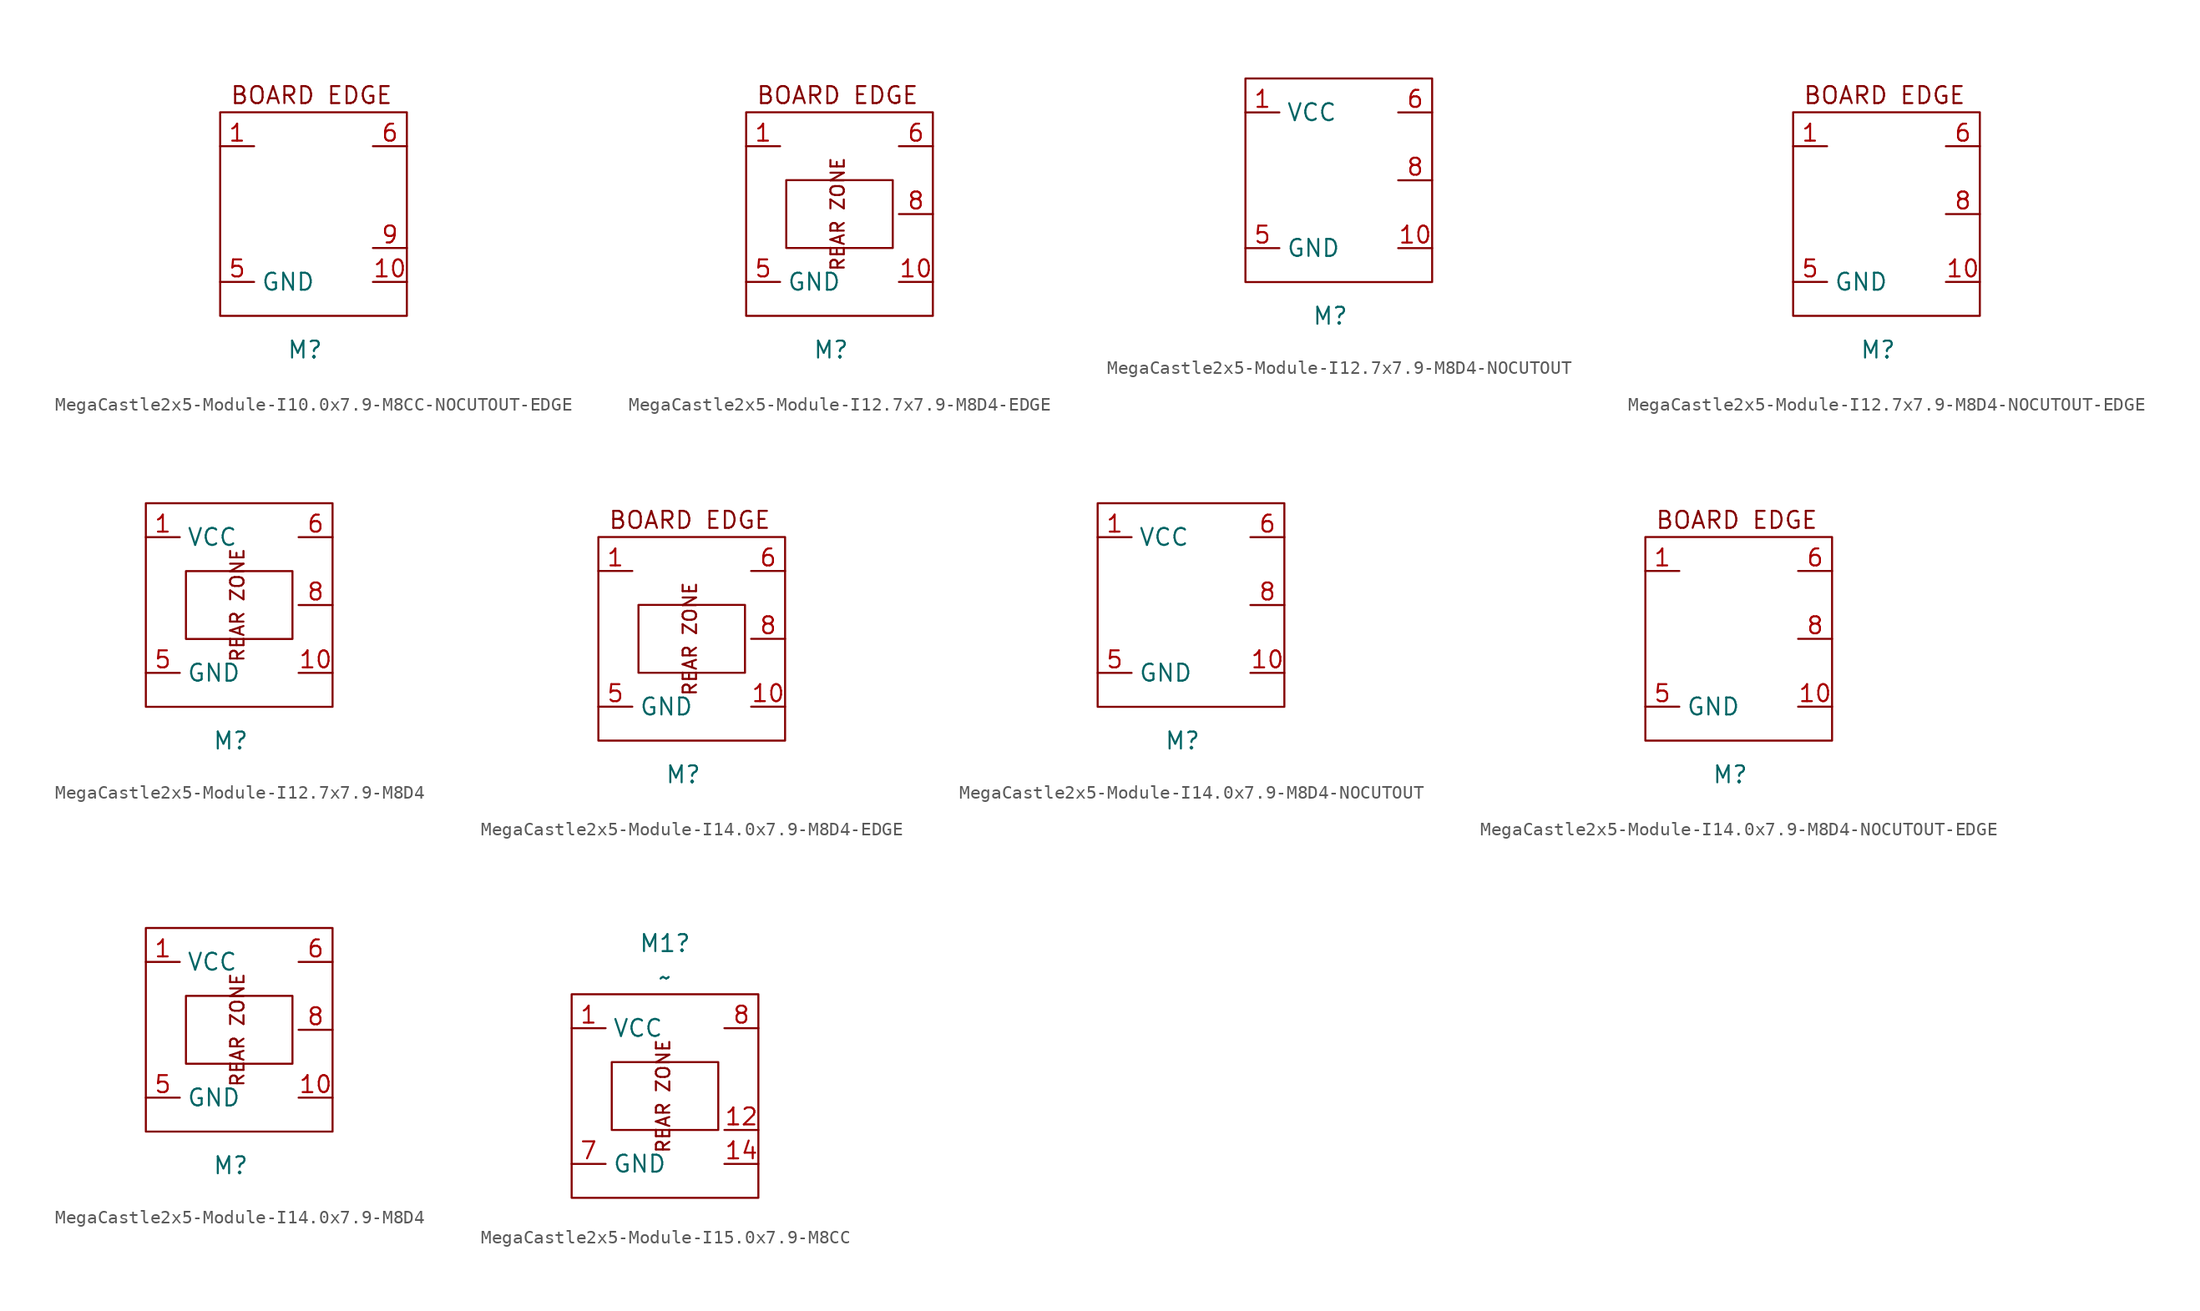
<source format=kicad_sym>
(kicad_symbol_lib
  (version 20241209)
  (generator "kicad_symbol_editor")
  (generator_version "9.0")
  (symbol "MegaCastle2x5-Module-I10.0x7.9-M8CC-NOCUTOUT-EDGE"
    (property "Reference" "M"
      (at 0 -10.16 0)
      (effects (font (size 1.27 1.27))))
    (property "Value" ""
      (at 0 5.08 0)
      (effects (font (size 1.27 1.27))))
    (symbol "MegaCastle2x5-Module-I10.0x7.9-M8CC-NOCUTOUT-EDGE_0_1"
      (rectangle (start -6.35 7.62) (end 7.62 -7.62) (stroke (width 0) (type default)) (fill (type none))))
    (symbol "MegaCastle2x5-Module-I10.0x7.9-M8CC-NOCUTOUT-EDGE_1_1"
      (text " BOARD EDGE" (at 0 8.89 0) (effects (font (size 1.27 1.27))))
      (pin bidirectional line (at -6.35 5.08 0) (length 2.54) (name "" (effects (font (size 1.27 1.27)))) (number "1" (effects (font (size 1.27 1.27)))))
      (pin bidirectional line (at -6.35 -5.08 0) (length 2.54) (name "GND" (effects (font (size 1.27 1.27)))) (number "5" (effects (font (size 1.27 1.27)))))
      (pin bidirectional line (at 7.62 5.08 180) (length 2.54) (name "" (effects (font (size 1.27 1.27)))) (number "6" (effects (font (size 1.27 1.27)))))
      (pin bidirectional line (at 7.62 -2.54 180) (length 2.54) (name "" (effects (font (size 1.27 1.27)))) (number "9" (effects (font (size 1.27 1.27)))))
      (pin bidirectional line (at 7.62 -5.08 180) (length 2.54) (name "" (effects (font (size 1.27 1.27)))) (number "10" (effects (font (size 1.27 1.27)))))))
  (symbol "MegaCastle2x5-Module-I12.7x7.9-M8D4-EDGE"
    (property "Reference" "M"
      (at 0 -10.16 0)
      (effects (font (size 1.27 1.27))))
    (property "Value" ""
      (at 0 5.08 0)
      (effects (font (size 1.27 1.27))))
    (symbol "MegaCastle2x5-Module-I12.7x7.9-M8D4-EDGE_0_1"
      (rectangle (start -6.35 7.62) (end 7.62 -7.62) (stroke (width 0) (type default)) (fill (type none)))
      (rectangle (start -3.35 2.54) (end 4.62 -2.54) (stroke (width 0) (type default)) (fill (type none))))
    (symbol "MegaCastle2x5-Module-I12.7x7.9-M8D4-EDGE_1_1"
      (text " BOARD EDGE" (at 0 8.89 0) (effects (font (size 1.27 1.27))))
      (text "REAR ZONE" (at 0.5 0 900) (effects (font (size 1 1))))
      (pin bidirectional line (at -6.35 5.08 0) (length 2.54) (name "" (effects (font (size 1.27 1.27)))) (number "1" (effects (font (size 1.27 1.27)))))
      (pin bidirectional line (at -6.35 -5.08 0) (length 2.54) (name "GND" (effects (font (size 1.27 1.27)))) (number "5" (effects (font (size 1.27 1.27)))))
      (pin bidirectional line (at 7.62 5.08 180) (length 2.54) (name "" (effects (font (size 1.27 1.27)))) (number "6" (effects (font (size 1.27 1.27)))))
      (pin bidirectional line (at 7.62 0 180) (length 2.54) (name "" (effects (font (size 1.27 1.27)))) (number "8" (effects (font (size 1.27 1.27)))))
      (pin bidirectional line (at 7.62 -5.08 180) (length 2.54) (name "" (effects (font (size 1.27 1.27)))) (number "10" (effects (font (size 1.27 1.27)))))))
  (symbol "MegaCastle2x5-Module-I12.7x7.9-M8D4-NOCUTOUT"
    (property "Reference" "M"
      (at 0 -10.16 0)
      (effects (font (size 1.27 1.27))))
    (property "Value" ""
      (at 0 5.08 0)
      (effects (font (size 1.27 1.27))))
    (symbol "MegaCastle2x5-Module-I12.7x7.9-M8D4-NOCUTOUT_0_1"
      (rectangle (start -6.35 7.62) (end 7.62 -7.62) (stroke (width 0) (type default)) (fill (type none))))
    (symbol "MegaCastle2x5-Module-I12.7x7.9-M8D4-NOCUTOUT_1_1"
      (pin bidirectional line (at -6.35 5.08 0) (length 2.54) (name "VCC" (effects (font (size 1.27 1.27)))) (number "1" (effects (font (size 1.27 1.27)))))
      (pin bidirectional line (at -6.35 -5.08 0) (length 2.54) (name "GND" (effects (font (size 1.27 1.27)))) (number "5" (effects (font (size 1.27 1.27)))))
      (pin bidirectional line (at 7.62 5.08 180) (length 2.54) (name "" (effects (font (size 1.27 1.27)))) (number "6" (effects (font (size 1.27 1.27)))))
      (pin bidirectional line (at 7.62 0 180) (length 2.54) (name "" (effects (font (size 1.27 1.27)))) (number "8" (effects (font (size 1.27 1.27)))))
      (pin bidirectional line (at 7.62 -5.08 180) (length 2.54) (name "" (effects (font (size 1.27 1.27)))) (number "10" (effects (font (size 1.27 1.27)))))))
  (symbol "MegaCastle2x5-Module-I12.7x7.9-M8D4-NOCUTOUT-EDGE"
    (property "Reference" "M"
      (at 0 -10.16 0)
      (effects (font (size 1.27 1.27))))
    (property "Value" ""
      (at 0 5.08 0)
      (effects (font (size 1.27 1.27))))
    (symbol "MegaCastle2x5-Module-I12.7x7.9-M8D4-NOCUTOUT-EDGE_0_1"
      (rectangle (start -6.35 7.62) (end 7.62 -7.62) (stroke (width 0) (type default)) (fill (type none))))
    (symbol "MegaCastle2x5-Module-I12.7x7.9-M8D4-NOCUTOUT-EDGE_1_1"
      (text " BOARD EDGE" (at 0 8.89 0) (effects (font (size 1.27 1.27))))
      (pin bidirectional line (at -6.35 5.08 0) (length 2.54) (name "" (effects (font (size 1.27 1.27)))) (number "1" (effects (font (size 1.27 1.27)))))
      (pin bidirectional line (at -6.35 -5.08 0) (length 2.54) (name "GND" (effects (font (size 1.27 1.27)))) (number "5" (effects (font (size 1.27 1.27)))))
      (pin bidirectional line (at 7.62 5.08 180) (length 2.54) (name "" (effects (font (size 1.27 1.27)))) (number "6" (effects (font (size 1.27 1.27)))))
      (pin bidirectional line (at 7.62 0 180) (length 2.54) (name "" (effects (font (size 1.27 1.27)))) (number "8" (effects (font (size 1.27 1.27)))))
      (pin bidirectional line (at 7.62 -5.08 180) (length 2.54) (name "" (effects (font (size 1.27 1.27)))) (number "10" (effects (font (size 1.27 1.27)))))))
  (symbol "MegaCastle2x5-Module-I12.7x7.9-M8D4"
    (property "Reference" "M"
      (at 0 -10.16 0)
      (effects (font (size 1.27 1.27))))
    (property "Value" ""
      (at 0 5.08 0)
      (effects (font (size 1.27 1.27))))
    (symbol "MegaCastle2x5-Module-I12.7x7.9-M8D4_0_1"
      (rectangle (start -6.35 7.62) (end 7.62 -7.62) (stroke (width 0) (type default)) (fill (type none)))
      (rectangle (start -3.35 2.54) (end 4.62 -2.54) (stroke (width 0) (type default)) (fill (type none))))
    (symbol "MegaCastle2x5-Module-I12.7x7.9-M8D4_1_1"
      (text "REAR ZONE" (at 0.5 0 900) (effects (font (size 1 1))))
      (pin bidirectional line (at -6.35 5.08 0) (length 2.54) (name "VCC" (effects (font (size 1.27 1.27)))) (number "1" (effects (font (size 1.27 1.27)))))
      (pin bidirectional line (at -6.35 -5.08 0) (length 2.54) (name "GND" (effects (font (size 1.27 1.27)))) (number "5" (effects (font (size 1.27 1.27)))))
      (pin bidirectional line (at 7.62 5.08 180) (length 2.54) (name "" (effects (font (size 1.27 1.27)))) (number "6" (effects (font (size 1.27 1.27)))))
      (pin bidirectional line (at 7.62 0 180) (length 2.54) (name "" (effects (font (size 1.27 1.27)))) (number "8" (effects (font (size 1.27 1.27)))))
      (pin bidirectional line (at 7.62 -5.08 180) (length 2.54) (name "" (effects (font (size 1.27 1.27)))) (number "10" (effects (font (size 1.27 1.27)))))))
  (symbol "MegaCastle2x5-Module-I14.0x7.9-M8D4-EDGE"
    (property "Reference" "M"
      (at 0 -10.16 0)
      (effects (font (size 1.27 1.27))))
    (property "Value" ""
      (at 0 5.08 0)
      (effects (font (size 1.27 1.27))))
    (symbol "MegaCastle2x5-Module-I14.0x7.9-M8D4-EDGE_0_1"
      (rectangle (start -6.35 7.62) (end 7.62 -7.62) (stroke (width 0) (type default)) (fill (type none)))
      (rectangle (start -3.35 2.54) (end 4.62 -2.54) (stroke (width 0) (type default)) (fill (type none))))
    (symbol "MegaCastle2x5-Module-I14.0x7.9-M8D4-EDGE_1_1"
      (text " BOARD EDGE" (at 0 8.89 0) (effects (font (size 1.27 1.27))))
      (text "REAR ZONE" (at 0.5 0 900) (effects (font (size 1 1))))
      (pin bidirectional line (at -6.35 5.08 0) (length 2.54) (name "" (effects (font (size 1.27 1.27)))) (number "1" (effects (font (size 1.27 1.27)))))
      (pin bidirectional line (at -6.35 -5.08 0) (length 2.54) (name "GND" (effects (font (size 1.27 1.27)))) (number "5" (effects (font (size 1.27 1.27)))))
      (pin bidirectional line (at 7.62 5.08 180) (length 2.54) (name "" (effects (font (size 1.27 1.27)))) (number "6" (effects (font (size 1.27 1.27)))))
      (pin bidirectional line (at 7.62 0 180) (length 2.54) (name "" (effects (font (size 1.27 1.27)))) (number "8" (effects (font (size 1.27 1.27)))))
      (pin bidirectional line (at 7.62 -5.08 180) (length 2.54) (name "" (effects (font (size 1.27 1.27)))) (number "10" (effects (font (size 1.27 1.27)))))))
  (symbol "MegaCastle2x5-Module-I14.0x7.9-M8D4-NOCUTOUT"
    (property "Reference" "M"
      (at 0 -10.16 0)
      (effects (font (size 1.27 1.27))))
    (property "Value" ""
      (at 0 5.08 0)
      (effects (font (size 1.27 1.27))))
    (symbol "MegaCastle2x5-Module-I14.0x7.9-M8D4-NOCUTOUT_0_1"
      (rectangle (start -6.35 7.62) (end 7.62 -7.62) (stroke (width 0) (type default)) (fill (type none))))
    (symbol "MegaCastle2x5-Module-I14.0x7.9-M8D4-NOCUTOUT_1_1"
      (pin bidirectional line (at -6.35 5.08 0) (length 2.54) (name "VCC" (effects (font (size 1.27 1.27)))) (number "1" (effects (font (size 1.27 1.27)))))
      (pin bidirectional line (at -6.35 -5.08 0) (length 2.54) (name "GND" (effects (font (size 1.27 1.27)))) (number "5" (effects (font (size 1.27 1.27)))))
      (pin bidirectional line (at 7.62 5.08 180) (length 2.54) (name "" (effects (font (size 1.27 1.27)))) (number "6" (effects (font (size 1.27 1.27)))))
      (pin bidirectional line (at 7.62 0 180) (length 2.54) (name "" (effects (font (size 1.27 1.27)))) (number "8" (effects (font (size 1.27 1.27)))))
      (pin bidirectional line (at 7.62 -5.08 180) (length 2.54) (name "" (effects (font (size 1.27 1.27)))) (number "10" (effects (font (size 1.27 1.27)))))))
  (symbol "MegaCastle2x5-Module-I14.0x7.9-M8D4-NOCUTOUT-EDGE"
    (property "Reference" "M"
      (at 0 -10.16 0)
      (effects (font (size 1.27 1.27))))
    (property "Value" ""
      (at 0 5.08 0)
      (effects (font (size 1.27 1.27))))
    (symbol "MegaCastle2x5-Module-I14.0x7.9-M8D4-NOCUTOUT-EDGE_0_1"
      (rectangle (start -6.35 7.62) (end 7.62 -7.62) (stroke (width 0) (type default)) (fill (type none))))
    (symbol "MegaCastle2x5-Module-I14.0x7.9-M8D4-NOCUTOUT-EDGE_1_1"
      (text " BOARD EDGE" (at 0 8.89 0) (effects (font (size 1.27 1.27))))
      (pin bidirectional line (at -6.35 5.08 0) (length 2.54) (name "" (effects (font (size 1.27 1.27)))) (number "1" (effects (font (size 1.27 1.27)))))
      (pin bidirectional line (at -6.35 -5.08 0) (length 2.54) (name "GND" (effects (font (size 1.27 1.27)))) (number "5" (effects (font (size 1.27 1.27)))))
      (pin bidirectional line (at 7.62 5.08 180) (length 2.54) (name "" (effects (font (size 1.27 1.27)))) (number "6" (effects (font (size 1.27 1.27)))))
      (pin bidirectional line (at 7.62 0 180) (length 2.54) (name "" (effects (font (size 1.27 1.27)))) (number "8" (effects (font (size 1.27 1.27)))))
      (pin bidirectional line (at 7.62 -5.08 180) (length 2.54) (name "" (effects (font (size 1.27 1.27)))) (number "10" (effects (font (size 1.27 1.27)))))))
  (symbol "MegaCastle2x5-Module-I14.0x7.9-M8D4"
    (property "Reference" "M"
      (at 0 -10.16 0)
      (effects (font (size 1.27 1.27))))
    (property "Value" ""
      (at 0 5.08 0)
      (effects (font (size 1.27 1.27))))
    (symbol "MegaCastle2x5-Module-I14.0x7.9-M8D4_0_1"
      (rectangle (start -6.35 7.62) (end 7.62 -7.62) (stroke (width 0) (type default)) (fill (type none)))
      (rectangle (start -3.35 2.54) (end 4.62 -2.54) (stroke (width 0) (type default)) (fill (type none))))
    (symbol "MegaCastle2x5-Module-I14.0x7.9-M8D4_1_1"
      (text "REAR ZONE" (at 0.5 0 900) (effects (font (size 1 1))))
      (pin bidirectional line (at -6.35 5.08 0) (length 2.54) (name "VCC" (effects (font (size 1.27 1.27)))) (number "1" (effects (font (size 1.27 1.27)))))
      (pin bidirectional line (at -6.35 -5.08 0) (length 2.54) (name "GND" (effects (font (size 1.27 1.27)))) (number "5" (effects (font (size 1.27 1.27)))))
      (pin bidirectional line (at 7.62 5.08 180) (length 2.54) (name "" (effects (font (size 1.27 1.27)))) (number "6" (effects (font (size 1.27 1.27)))))
      (pin bidirectional line (at 7.62 0 180) (length 2.54) (name "" (effects (font (size 1.27 1.27)))) (number "8" (effects (font (size 1.27 1.27)))))
      (pin bidirectional line (at 7.62 -5.08 180) (length 2.54) (name "" (effects (font (size 1.27 1.27)))) (number "10" (effects (font (size 1.27 1.27)))))))
  (symbol "MegaCastle2x5-Module-I15.0x7.9-M8CC"
    (property "Reference" "M1"
      (at 0.635 11.43 0)
      (effects (font (size 1.27 1.27))))
    (property "Value" "~"
      (at 0.635 8.89 0)
      (effects (font (size 1.27 1.27))))
    (symbol "MegaCastle2x5-Module-I15.0x7.9-M8CC_0_1"
      (rectangle (start -6.35 7.62) (end 7.62 -7.62) (stroke (width 0) (type default)) (fill (type none)))
      (rectangle (start -3.35 2.54) (end 4.62 -2.54) (stroke (width 0) (type default)) (fill (type none))))
    (symbol "MegaCastle2x5-Module-I15.0x7.9-M8CC_1_1"
      (text "REAR ZONE" (at 0.5 0 900) (effects (font (size 1 1))))
      (pin bidirectional line (at -6.35 5.08 0) (length 2.54) (name "VCC" (effects (font (size 1.27 1.27)))) (number "1" (effects (font (size 1.27 1.27)))))
      (pin bidirectional line (at -6.35 -5.08 0) (length 2.54) (name "GND" (effects (font (size 1.27 1.27)))) (number "7" (effects (font (size 1.27 1.27)))))
      (pin bidirectional line (at 7.62 5.08 180) (length 2.54) (name "" (effects (font (size 1.27 1.27)))) (number "8" (effects (font (size 1.27 1.27)))))
      (pin bidirectional line (at 7.62 -2.54 180) (length 2.54) (name "" (effects (font (size 1.27 1.27)))) (number "12" (effects (font (size 1.27 1.27)))))
      (pin bidirectional line (at 7.62 -5.08 180) (length 2.54) (name "" (effects (font (size 1.27 1.27)))) (number "14" (effects (font (size 1.27 1.27))))))))
</source>
